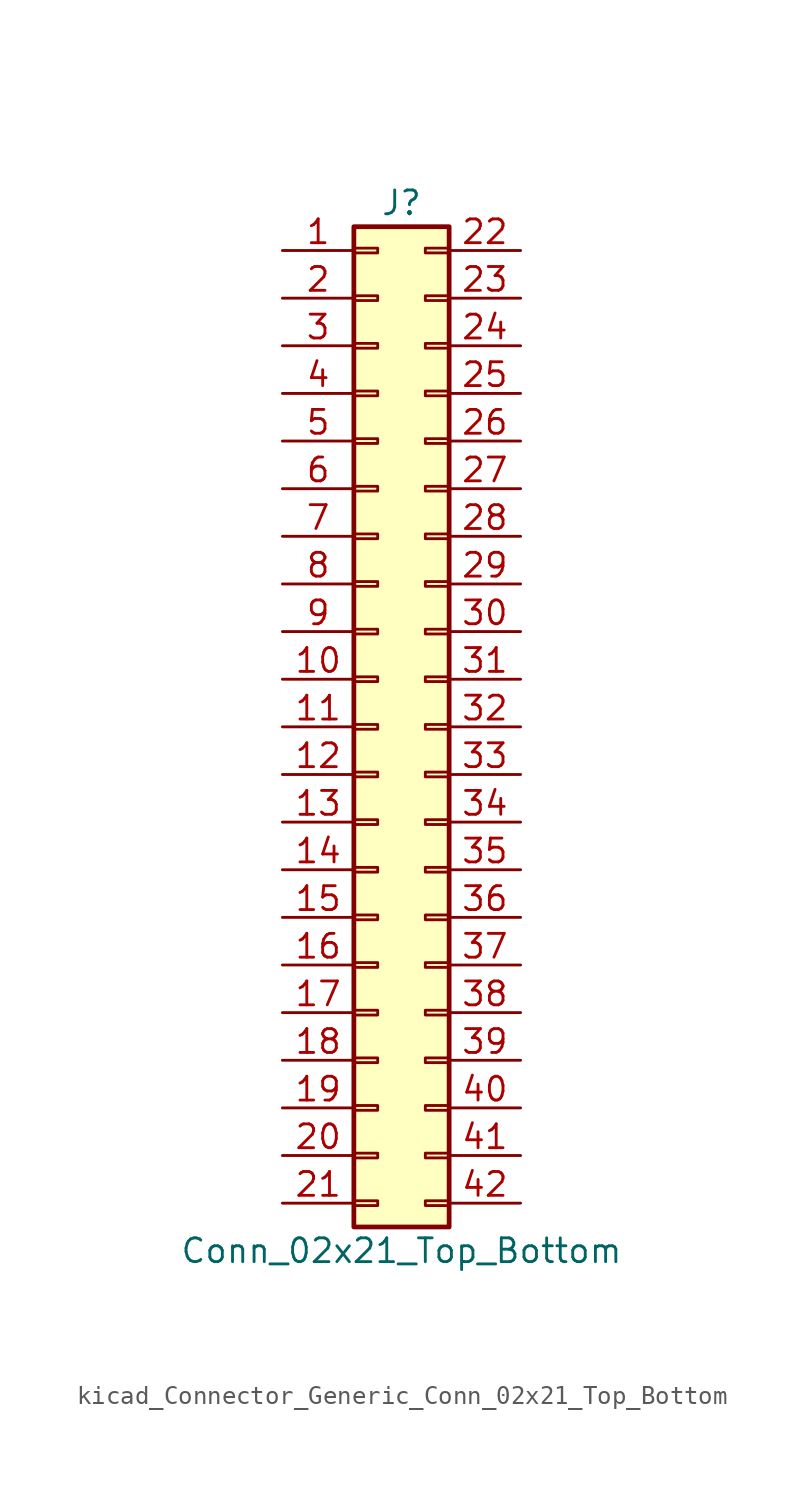
<source format=kicad_sym>
(kicad_symbol_lib
  (version 20220914)
  (generator kicad_symbol_editor)
  (symbol "kicad_Connector_Generic_Conn_02x21_Top_Bottom"
    (pin_names
      (offset 1.016) hide)
    (property "Reference" "J"
      (at 1.27 27.94 0)
      (effects (font (size 1.27 1.27))))
    (property "Value" "Conn_02x21_Top_Bottom"
      (at 1.27 -27.94 0)
      (effects (font (size 1.27 1.27))))
    (symbol "kicad_Connector_Generic_Conn_02x21_Top_Bottom_1_1"
      (rectangle (start -1.27 -25.273) (end 0 -25.527) (stroke (width 0.152) (type default)) (fill (type none)))
      (rectangle (start -1.27 -22.733) (end 0 -22.987) (stroke (width 0.152) (type default)) (fill (type none)))
      (rectangle (start -1.27 -20.193) (end 0 -20.447) (stroke (width 0.152) (type default)) (fill (type none)))
      (rectangle (start -1.27 -17.653) (end 0 -17.907) (stroke (width 0.152) (type default)) (fill (type none)))
      (rectangle (start -1.27 -15.113) (end 0 -15.367) (stroke (width 0.152) (type default)) (fill (type none)))
      (rectangle (start -1.27 -12.573) (end 0 -12.827) (stroke (width 0.152) (type default)) (fill (type none)))
      (rectangle (start -1.27 -10.033) (end 0 -10.287) (stroke (width 0.152) (type default)) (fill (type none)))
      (rectangle (start -1.27 -7.493) (end 0 -7.747) (stroke (width 0.152) (type default)) (fill (type none)))
      (rectangle (start -1.27 -4.953) (end 0 -5.207) (stroke (width 0.152) (type default)) (fill (type none)))
      (rectangle (start -1.27 -2.413) (end 0 -2.667) (stroke (width 0.152) (type default)) (fill (type none)))
      (rectangle (start -1.27 0.127) (end 0 -0.127) (stroke (width 0.152) (type default)) (fill (type none)))
      (rectangle (start -1.27 2.667) (end 0 2.413) (stroke (width 0.152) (type default)) (fill (type none)))
      (rectangle (start -1.27 5.207) (end 0 4.953) (stroke (width 0.152) (type default)) (fill (type none)))
      (rectangle (start -1.27 7.747) (end 0 7.493) (stroke (width 0.152) (type default)) (fill (type none)))
      (rectangle (start -1.27 10.287) (end 0 10.033) (stroke (width 0.152) (type default)) (fill (type none)))
      (rectangle (start -1.27 12.827) (end 0 12.573) (stroke (width 0.152) (type default)) (fill (type none)))
      (rectangle (start -1.27 15.367) (end 0 15.113) (stroke (width 0.152) (type default)) (fill (type none)))
      (rectangle (start -1.27 17.907) (end 0 17.653) (stroke (width 0.152) (type default)) (fill (type none)))
      (rectangle (start -1.27 20.447) (end 0 20.193) (stroke (width 0.152) (type default)) (fill (type none)))
      (rectangle (start -1.27 22.987) (end 0 22.733) (stroke (width 0.152) (type default)) (fill (type none)))
      (rectangle (start -1.27 25.527) (end 0 25.273) (stroke (width 0.152) (type default)) (fill (type none)))
      (rectangle (start -1.27 26.67) (end 3.81 -26.67) (stroke (width 0.254) (type default)) (fill (type background)))
      (rectangle (start 3.81 -25.273) (end 2.54 -25.527) (stroke (width 0.152) (type default)) (fill (type none)))
      (rectangle (start 3.81 -22.733) (end 2.54 -22.987) (stroke (width 0.152) (type default)) (fill (type none)))
      (rectangle (start 3.81 -20.193) (end 2.54 -20.447) (stroke (width 0.152) (type default)) (fill (type none)))
      (rectangle (start 3.81 -17.653) (end 2.54 -17.907) (stroke (width 0.152) (type default)) (fill (type none)))
      (rectangle (start 3.81 -15.113) (end 2.54 -15.367) (stroke (width 0.152) (type default)) (fill (type none)))
      (rectangle (start 3.81 -12.573) (end 2.54 -12.827) (stroke (width 0.152) (type default)) (fill (type none)))
      (rectangle (start 3.81 -10.033) (end 2.54 -10.287) (stroke (width 0.152) (type default)) (fill (type none)))
      (rectangle (start 3.81 -7.493) (end 2.54 -7.747) (stroke (width 0.152) (type default)) (fill (type none)))
      (rectangle (start 3.81 -4.953) (end 2.54 -5.207) (stroke (width 0.152) (type default)) (fill (type none)))
      (rectangle (start 3.81 -2.413) (end 2.54 -2.667) (stroke (width 0.152) (type default)) (fill (type none)))
      (rectangle (start 3.81 0.127) (end 2.54 -0.127) (stroke (width 0.152) (type default)) (fill (type none)))
      (rectangle (start 3.81 2.667) (end 2.54 2.413) (stroke (width 0.152) (type default)) (fill (type none)))
      (rectangle (start 3.81 5.207) (end 2.54 4.953) (stroke (width 0.152) (type default)) (fill (type none)))
      (rectangle (start 3.81 7.747) (end 2.54 7.493) (stroke (width 0.152) (type default)) (fill (type none)))
      (rectangle (start 3.81 10.287) (end 2.54 10.033) (stroke (width 0.152) (type default)) (fill (type none)))
      (rectangle (start 3.81 12.827) (end 2.54 12.573) (stroke (width 0.152) (type default)) (fill (type none)))
      (rectangle (start 3.81 15.367) (end 2.54 15.113) (stroke (width 0.152) (type default)) (fill (type none)))
      (rectangle (start 3.81 17.907) (end 2.54 17.653) (stroke (width 0.152) (type default)) (fill (type none)))
      (rectangle (start 3.81 20.447) (end 2.54 20.193) (stroke (width 0.152) (type default)) (fill (type none)))
      (rectangle (start 3.81 22.987) (end 2.54 22.733) (stroke (width 0.152) (type default)) (fill (type none)))
      (rectangle (start 3.81 25.527) (end 2.54 25.273) (stroke (width 0.152) (type default)) (fill (type none)))
      (pin passive line (at -5.08 25.4 0) (length 3.81) (name "Pin_1" (effects (font (size 1.27 1.27)))) (number "1" (effects (font (size 1.27 1.27)))))
      (pin passive line (at -5.08 2.54 0) (length 3.81) (name "Pin_10" (effects (font (size 1.27 1.27)))) (number "10" (effects (font (size 1.27 1.27)))))
      (pin passive line (at -5.08 0 0) (length 3.81) (name "Pin_11" (effects (font (size 1.27 1.27)))) (number "11" (effects (font (size 1.27 1.27)))))
      (pin passive line (at -5.08 -2.54 0) (length 3.81) (name "Pin_12" (effects (font (size 1.27 1.27)))) (number "12" (effects (font (size 1.27 1.27)))))
      (pin passive line (at -5.08 -5.08 0) (length 3.81) (name "Pin_13" (effects (font (size 1.27 1.27)))) (number "13" (effects (font (size 1.27 1.27)))))
      (pin passive line (at -5.08 -7.62 0) (length 3.81) (name "Pin_14" (effects (font (size 1.27 1.27)))) (number "14" (effects (font (size 1.27 1.27)))))
      (pin passive line (at -5.08 -10.16 0) (length 3.81) (name "Pin_15" (effects (font (size 1.27 1.27)))) (number "15" (effects (font (size 1.27 1.27)))))
      (pin passive line (at -5.08 -12.7 0) (length 3.81) (name "Pin_16" (effects (font (size 1.27 1.27)))) (number "16" (effects (font (size 1.27 1.27)))))
      (pin passive line (at -5.08 -15.24 0) (length 3.81) (name "Pin_17" (effects (font (size 1.27 1.27)))) (number "17" (effects (font (size 1.27 1.27)))))
      (pin passive line (at -5.08 -17.78 0) (length 3.81) (name "Pin_18" (effects (font (size 1.27 1.27)))) (number "18" (effects (font (size 1.27 1.27)))))
      (pin passive line (at -5.08 -20.32 0) (length 3.81) (name "Pin_19" (effects (font (size 1.27 1.27)))) (number "19" (effects (font (size 1.27 1.27)))))
      (pin passive line (at -5.08 22.86 0) (length 3.81) (name "Pin_2" (effects (font (size 1.27 1.27)))) (number "2" (effects (font (size 1.27 1.27)))))
      (pin passive line (at -5.08 -22.86 0) (length 3.81) (name "Pin_20" (effects (font (size 1.27 1.27)))) (number "20" (effects (font (size 1.27 1.27)))))
      (pin passive line (at -5.08 -25.4 0) (length 3.81) (name "Pin_21" (effects (font (size 1.27 1.27)))) (number "21" (effects (font (size 1.27 1.27)))))
      (pin passive line (at 7.62 25.4 180) (length 3.81) (name "Pin_22" (effects (font (size 1.27 1.27)))) (number "22" (effects (font (size 1.27 1.27)))))
      (pin passive line (at 7.62 22.86 180) (length 3.81) (name "Pin_23" (effects (font (size 1.27 1.27)))) (number "23" (effects (font (size 1.27 1.27)))))
      (pin passive line (at 7.62 20.32 180) (length 3.81) (name "Pin_24" (effects (font (size 1.27 1.27)))) (number "24" (effects (font (size 1.27 1.27)))))
      (pin passive line (at 7.62 17.78 180) (length 3.81) (name "Pin_25" (effects (font (size 1.27 1.27)))) (number "25" (effects (font (size 1.27 1.27)))))
      (pin passive line (at 7.62 15.24 180) (length 3.81) (name "Pin_26" (effects (font (size 1.27 1.27)))) (number "26" (effects (font (size 1.27 1.27)))))
      (pin passive line (at 7.62 12.7 180) (length 3.81) (name "Pin_27" (effects (font (size 1.27 1.27)))) (number "27" (effects (font (size 1.27 1.27)))))
      (pin passive line (at 7.62 10.16 180) (length 3.81) (name "Pin_28" (effects (font (size 1.27 1.27)))) (number "28" (effects (font (size 1.27 1.27)))))
      (pin passive line (at 7.62 7.62 180) (length 3.81) (name "Pin_29" (effects (font (size 1.27 1.27)))) (number "29" (effects (font (size 1.27 1.27)))))
      (pin passive line (at -5.08 20.32 0) (length 3.81) (name "Pin_3" (effects (font (size 1.27 1.27)))) (number "3" (effects (font (size 1.27 1.27)))))
      (pin passive line (at 7.62 5.08 180) (length 3.81) (name "Pin_30" (effects (font (size 1.27 1.27)))) (number "30" (effects (font (size 1.27 1.27)))))
      (pin passive line (at 7.62 2.54 180) (length 3.81) (name "Pin_31" (effects (font (size 1.27 1.27)))) (number "31" (effects (font (size 1.27 1.27)))))
      (pin passive line (at 7.62 0 180) (length 3.81) (name "Pin_32" (effects (font (size 1.27 1.27)))) (number "32" (effects (font (size 1.27 1.27)))))
      (pin passive line (at 7.62 -2.54 180) (length 3.81) (name "Pin_33" (effects (font (size 1.27 1.27)))) (number "33" (effects (font (size 1.27 1.27)))))
      (pin passive line (at 7.62 -5.08 180) (length 3.81) (name "Pin_34" (effects (font (size 1.27 1.27)))) (number "34" (effects (font (size 1.27 1.27)))))
      (pin passive line (at 7.62 -7.62 180) (length 3.81) (name "Pin_35" (effects (font (size 1.27 1.27)))) (number "35" (effects (font (size 1.27 1.27)))))
      (pin passive line (at 7.62 -10.16 180) (length 3.81) (name "Pin_36" (effects (font (size 1.27 1.27)))) (number "36" (effects (font (size 1.27 1.27)))))
      (pin passive line (at 7.62 -12.7 180) (length 3.81) (name "Pin_37" (effects (font (size 1.27 1.27)))) (number "37" (effects (font (size 1.27 1.27)))))
      (pin passive line (at 7.62 -15.24 180) (length 3.81) (name "Pin_38" (effects (font (size 1.27 1.27)))) (number "38" (effects (font (size 1.27 1.27)))))
      (pin passive line (at 7.62 -17.78 180) (length 3.81) (name "Pin_39" (effects (font (size 1.27 1.27)))) (number "39" (effects (font (size 1.27 1.27)))))
      (pin passive line (at -5.08 17.78 0) (length 3.81) (name "Pin_4" (effects (font (size 1.27 1.27)))) (number "4" (effects (font (size 1.27 1.27)))))
      (pin passive line (at 7.62 -20.32 180) (length 3.81) (name "Pin_40" (effects (font (size 1.27 1.27)))) (number "40" (effects (font (size 1.27 1.27)))))
      (pin passive line (at 7.62 -22.86 180) (length 3.81) (name "Pin_41" (effects (font (size 1.27 1.27)))) (number "41" (effects (font (size 1.27 1.27)))))
      (pin passive line (at 7.62 -25.4 180) (length 3.81) (name "Pin_42" (effects (font (size 1.27 1.27)))) (number "42" (effects (font (size 1.27 1.27)))))
      (pin passive line (at -5.08 15.24 0) (length 3.81) (name "Pin_5" (effects (font (size 1.27 1.27)))) (number "5" (effects (font (size 1.27 1.27)))))
      (pin passive line (at -5.08 12.7 0) (length 3.81) (name "Pin_6" (effects (font (size 1.27 1.27)))) (number "6" (effects (font (size 1.27 1.27)))))
      (pin passive line (at -5.08 10.16 0) (length 3.81) (name "Pin_7" (effects (font (size 1.27 1.27)))) (number "7" (effects (font (size 1.27 1.27)))))
      (pin passive line (at -5.08 7.62 0) (length 3.81) (name "Pin_8" (effects (font (size 1.27 1.27)))) (number "8" (effects (font (size 1.27 1.27)))))
      (pin passive line (at -5.08 5.08 0) (length 3.81) (name "Pin_9" (effects (font (size 1.27 1.27)))) (number "9" (effects (font (size 1.27 1.27))))))))
</source>
